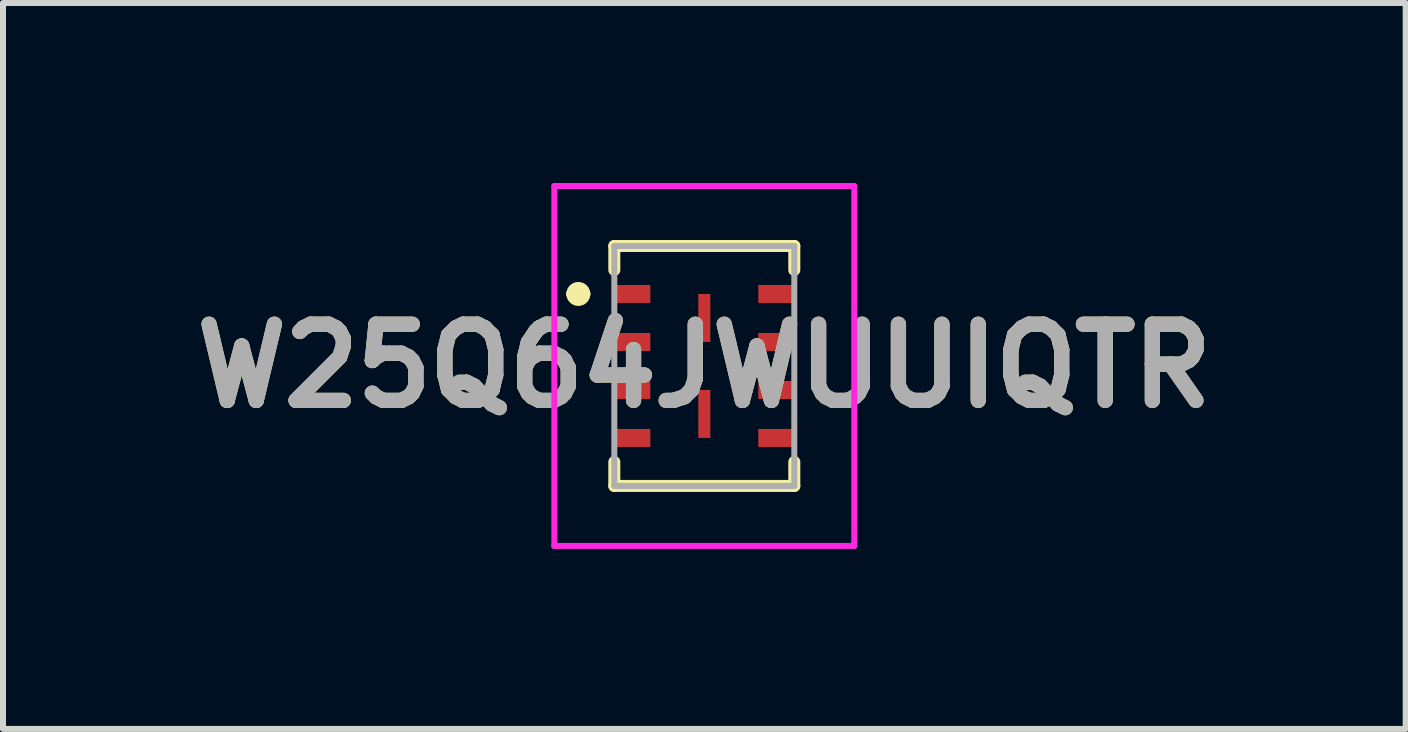
<source format=kicad_pcb>
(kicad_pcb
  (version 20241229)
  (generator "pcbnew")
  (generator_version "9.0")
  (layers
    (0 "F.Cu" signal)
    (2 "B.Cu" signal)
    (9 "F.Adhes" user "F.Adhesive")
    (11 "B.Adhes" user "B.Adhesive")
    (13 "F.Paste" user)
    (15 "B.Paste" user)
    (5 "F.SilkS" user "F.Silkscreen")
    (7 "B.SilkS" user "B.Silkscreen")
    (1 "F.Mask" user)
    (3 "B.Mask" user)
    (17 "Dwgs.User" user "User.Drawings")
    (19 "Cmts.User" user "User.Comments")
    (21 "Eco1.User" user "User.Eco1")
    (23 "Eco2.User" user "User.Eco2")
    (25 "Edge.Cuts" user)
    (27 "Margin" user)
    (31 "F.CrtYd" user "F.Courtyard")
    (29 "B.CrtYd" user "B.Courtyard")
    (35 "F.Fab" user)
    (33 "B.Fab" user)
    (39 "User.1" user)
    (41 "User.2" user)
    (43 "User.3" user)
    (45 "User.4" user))
  (footprint "W25Q64JWUUIQTR"
    (layer "F.Cu")
    (at 8.69 3.05)
    (property "Reference" "W25Q64JWUUIQTR" (at 0 0 0) (layer "F.SilkS") (effects (font (size 1.27 1.27) (thickness 0.254))))
    (attr smd)
    (fp_line (start -2.2 -1.2) (end -2.2 -1.2) (stroke (width 0.2) (type solid)) (layer "F.SilkS"))
    (fp_line (start -2 -1.2) (end -2 -1.2) (stroke (width 0.2) (type solid)) (layer "F.SilkS"))
    (fp_line (start -1.5 -2) (end 1.5 -2) (stroke (width 0.2) (type solid)) (layer "F.SilkS"))
    (fp_line (start -1.5 -1.6) (end -1.5 -2) (stroke (width 0.2) (type solid)) (layer "F.SilkS"))
    (fp_line (start -1.5 1.6) (end -1.5 2) (stroke (width 0.2) (type solid)) (layer "F.SilkS"))
    (fp_line (start -1.5 2) (end 1.5 2) (stroke (width 0.2) (type solid)) (layer "F.SilkS"))
    (fp_line (start 1.5 -2) (end 1.5 -1.6) (stroke (width 0.2) (type solid)) (layer "F.SilkS"))
    (fp_line (start 1.5 2) (end 1.5 1.6) (stroke (width 0.2) (type solid)) (layer "F.SilkS"))
    (fp_arc (start -2.2 -1.2) (mid -2.1 -1.3) (end -2 -1.2) (stroke (width 0.2) (type solid)) (layer "F.SilkS"))
    (fp_arc (start -2 -1.2) (mid -2.1 -1.1) (end -2.2 -1.2) (stroke (width 0.2) (type solid)) (layer "F.SilkS"))
    (fp_line (start -2.5 -3) (end 2.5 -3) (stroke (width 0.1) (type solid)) (layer "F.CrtYd"))
    (fp_line (start -2.5 3) (end -2.5 -3) (stroke (width 0.1) (type solid)) (layer "F.CrtYd"))
    (fp_line (start 2.5 -3) (end 2.5 3) (stroke (width 0.1) (type solid)) (layer "F.CrtYd"))
    (fp_line (start 2.5 3) (end -2.5 3) (stroke (width 0.1) (type solid)) (layer "F.CrtYd"))
    (fp_line (start -1.5 -2) (end 1.5 -2) (stroke (width 0.1) (type solid)) (layer "F.Fab"))
    (fp_line (start -1.5 2) (end -1.5 -2) (stroke (width 0.1) (type solid)) (layer "F.Fab"))
    (fp_line (start 1.5 -2) (end 1.5 2) (stroke (width 0.1) (type solid)) (layer "F.Fab"))
    (fp_line (start 1.5 2) (end -1.5 2) (stroke (width 0.1) (type solid)) (layer "F.Fab"))
    (fp_text user "${REFERENCE}" (at 0 0 0) (layer "F.Fab") (effects (font (size 1.27 1.27) (thickness 0.254))))
    (pad "1" smd rect (at -1.2 -1.2 90) (size 0.3 0.6) (layers "F.Cu" "F.Mask" "F.Paste"))
    (pad "2" smd rect (at -1.2 -0.4 90) (size 0.3 0.6) (layers "F.Cu" "F.Mask" "F.Paste"))
    (pad "3" smd rect (at -1.2 0.4 90) (size 0.3 0.6) (layers "F.Cu" "F.Mask" "F.Paste"))
    (pad "4" smd rect (at -1.2 1.2 90) (size 0.3 0.6) (layers "F.Cu" "F.Mask" "F.Paste"))
    (pad "5" smd rect (at 1.2 1.2 90) (size 0.3 0.6) (layers "F.Cu" "F.Mask" "F.Paste"))
    (pad "6" smd rect (at 1.2 0.4 90) (size 0.3 0.6) (layers "F.Cu" "F.Mask" "F.Paste"))
    (pad "7" smd rect (at 1.2 -0.4 90) (size 0.3 0.6) (layers "F.Cu" "F.Mask" "F.Paste"))
    (pad "8" smd rect (at 1.2 -1.2 90) (size 0.3 0.6) (layers "F.Cu" "F.Mask" "F.Paste"))
    (pad "9" smd rect (at 0 -0.8) (size 0.2 0.8) (layers "F.Cu" "F.Mask" "F.Paste"))
    (pad "10" smd rect (at 0 0.8) (size 0.2 0.8) (layers "F.Cu" "F.Mask" "F.Paste")))
  (gr_rect
    (start -3 -3)
    (end 20.381 9.1)
    (stroke (width 0.1) (type default))
    (fill no)
    (layer "Edge.Cuts")))
</source>
